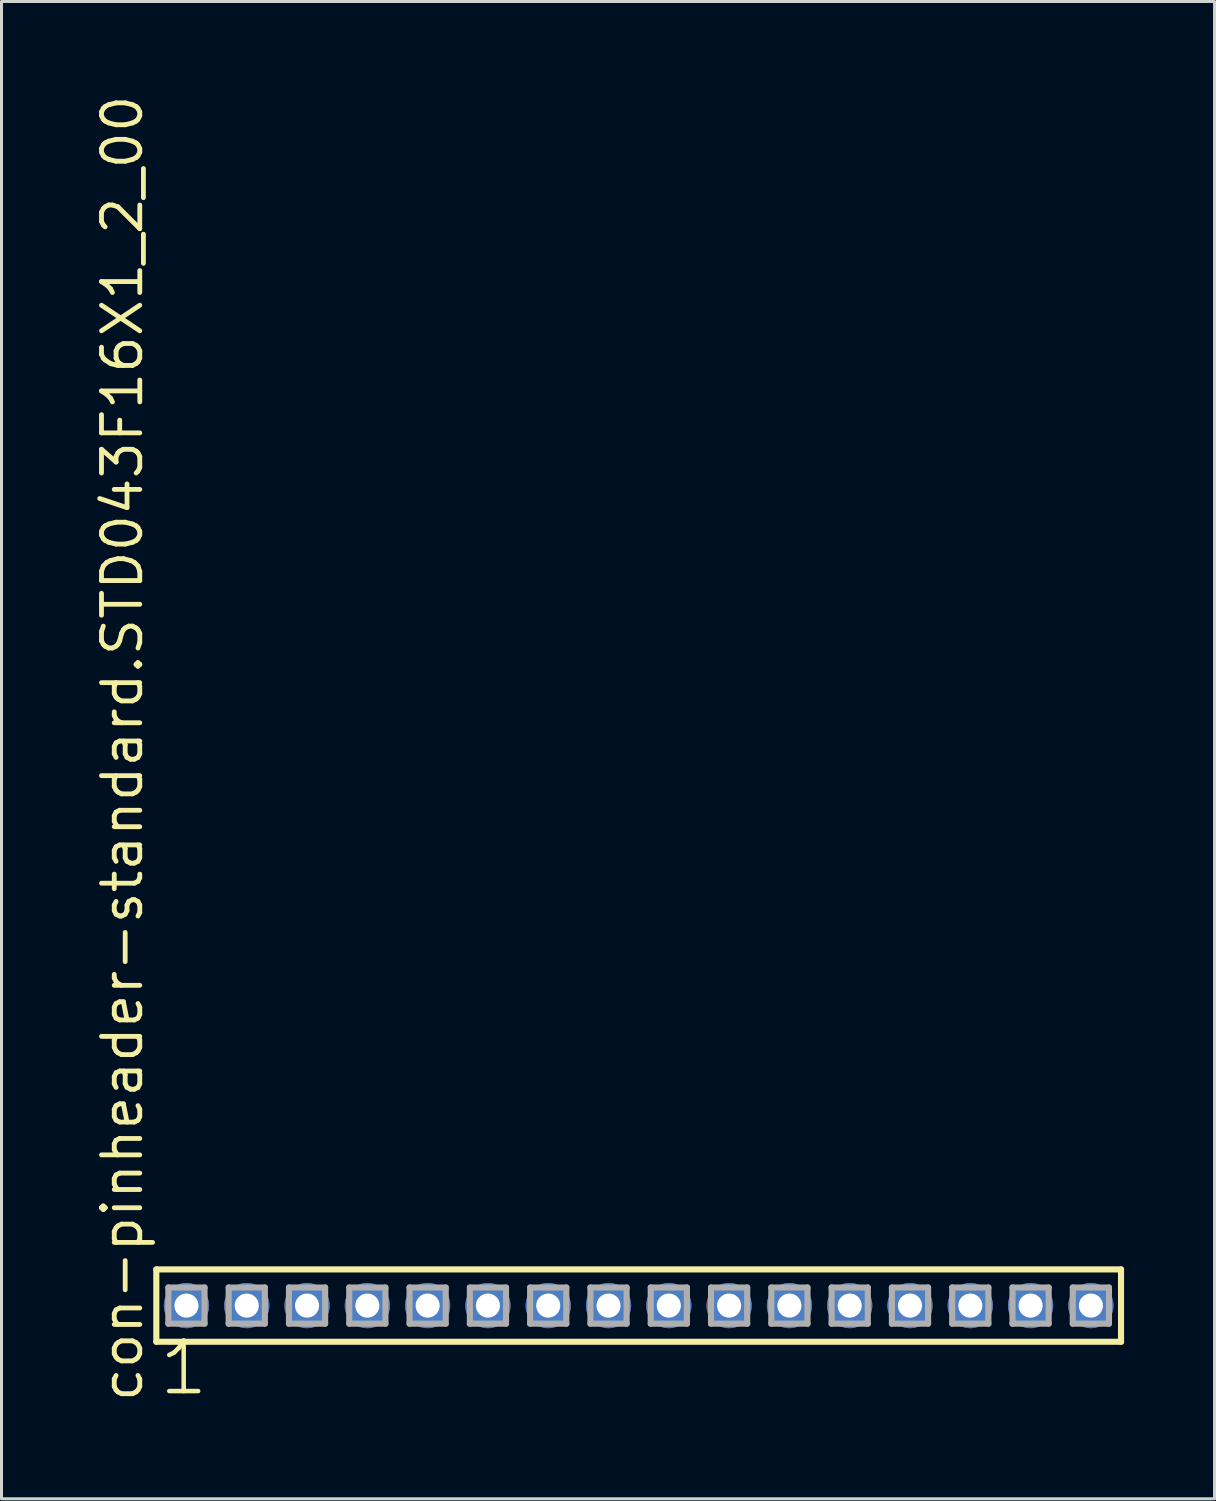
<source format=kicad_pcb>
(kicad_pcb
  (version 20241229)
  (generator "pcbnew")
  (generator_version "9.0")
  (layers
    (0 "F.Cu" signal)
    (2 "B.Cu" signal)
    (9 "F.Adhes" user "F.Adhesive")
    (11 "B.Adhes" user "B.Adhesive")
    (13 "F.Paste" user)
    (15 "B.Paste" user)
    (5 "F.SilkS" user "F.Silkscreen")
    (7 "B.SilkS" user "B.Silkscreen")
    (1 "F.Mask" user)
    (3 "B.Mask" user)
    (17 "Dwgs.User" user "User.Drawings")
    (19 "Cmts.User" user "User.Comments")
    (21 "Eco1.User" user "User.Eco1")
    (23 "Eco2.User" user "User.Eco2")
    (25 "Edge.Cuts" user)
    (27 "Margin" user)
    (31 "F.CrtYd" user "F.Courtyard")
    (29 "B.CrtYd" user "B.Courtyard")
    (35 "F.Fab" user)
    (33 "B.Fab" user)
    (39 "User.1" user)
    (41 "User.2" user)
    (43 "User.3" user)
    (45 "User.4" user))
  (footprint "con-pinheader-standard.STD043F16X1_2_00"
    (layer "F.Cu")
    (at 18.135 40.257)
    (property "Reference" "con-pinheader-standard.STD043F16X1_2_00" (at -16.385 3.27 90) (layer "F.SilkS") (effects (font (size 1.27 1.27) (thickness 0.16)) (justify left bottom)))
    (attr through_hole)
    (fp_line (start -16 -1.2) (end 16 -1.2) (stroke (width 0.203) (type default)) (layer "F.SilkS"))
    (fp_line (start -16 1.2) (end -16 -1.2) (stroke (width 0.203) (type default)) (layer "F.SilkS"))
    (fp_line (start 16 -1.2) (end 16 1.2) (stroke (width 0.203) (type default)) (layer "F.SilkS"))
    (fp_line (start 16 1.2) (end -16 1.2) (stroke (width 0.203) (type default)) (layer "F.SilkS"))
    (fp_line (start -15.6 -0.6) (end -14.4 -0.6) (stroke (width 0.203) (type default)) (layer "F.Fab"))
    (fp_line (start -15.6 0.6) (end -15.6 -0.6) (stroke (width 0.203) (type default)) (layer "F.Fab"))
    (fp_line (start -14.4 -0.6) (end -14.4 0.6) (stroke (width 0.203) (type default)) (layer "F.Fab"))
    (fp_line (start -14.4 0.6) (end -15.6 0.6) (stroke (width 0.203) (type default)) (layer "F.Fab"))
    (fp_line (start -13.6 -0.6) (end -12.4 -0.6) (stroke (width 0.203) (type default)) (layer "F.Fab"))
    (fp_line (start -13.6 0.6) (end -13.6 -0.6) (stroke (width 0.203) (type default)) (layer "F.Fab"))
    (fp_line (start -12.4 -0.6) (end -12.4 0.6) (stroke (width 0.203) (type default)) (layer "F.Fab"))
    (fp_line (start -12.4 0.6) (end -13.6 0.6) (stroke (width 0.203) (type default)) (layer "F.Fab"))
    (fp_line (start -11.6 -0.6) (end -10.4 -0.6) (stroke (width 0.203) (type default)) (layer "F.Fab"))
    (fp_line (start -11.6 0.6) (end -11.6 -0.6) (stroke (width 0.203) (type default)) (layer "F.Fab"))
    (fp_line (start -10.4 -0.6) (end -10.4 0.6) (stroke (width 0.203) (type default)) (layer "F.Fab"))
    (fp_line (start -10.4 0.6) (end -11.6 0.6) (stroke (width 0.203) (type default)) (layer "F.Fab"))
    (fp_line (start -9.6 -0.6) (end -8.4 -0.6) (stroke (width 0.203) (type default)) (layer "F.Fab"))
    (fp_line (start -9.6 0.6) (end -9.6 -0.6) (stroke (width 0.203) (type default)) (layer "F.Fab"))
    (fp_line (start -8.4 -0.6) (end -8.4 0.6) (stroke (width 0.203) (type default)) (layer "F.Fab"))
    (fp_line (start -8.4 0.6) (end -9.6 0.6) (stroke (width 0.203) (type default)) (layer "F.Fab"))
    (fp_line (start -7.6 -0.6) (end -6.4 -0.6) (stroke (width 0.203) (type default)) (layer "F.Fab"))
    (fp_line (start -7.6 0.6) (end -7.6 -0.6) (stroke (width 0.203) (type default)) (layer "F.Fab"))
    (fp_line (start -6.4 -0.6) (end -6.4 0.6) (stroke (width 0.203) (type default)) (layer "F.Fab"))
    (fp_line (start -6.4 0.6) (end -7.6 0.6) (stroke (width 0.203) (type default)) (layer "F.Fab"))
    (fp_line (start -5.6 -0.6) (end -4.4 -0.6) (stroke (width 0.203) (type default)) (layer "F.Fab"))
    (fp_line (start -5.6 0.6) (end -5.6 -0.6) (stroke (width 0.203) (type default)) (layer "F.Fab"))
    (fp_line (start -4.4 -0.6) (end -4.4 0.6) (stroke (width 0.203) (type default)) (layer "F.Fab"))
    (fp_line (start -4.4 0.6) (end -5.6 0.6) (stroke (width 0.203) (type default)) (layer "F.Fab"))
    (fp_line (start -3.6 -0.6) (end -2.4 -0.6) (stroke (width 0.203) (type default)) (layer "F.Fab"))
    (fp_line (start -3.6 0.6) (end -3.6 -0.6) (stroke (width 0.203) (type default)) (layer "F.Fab"))
    (fp_line (start -2.4 -0.6) (end -2.4 0.6) (stroke (width 0.203) (type default)) (layer "F.Fab"))
    (fp_line (start -2.4 0.6) (end -3.6 0.6) (stroke (width 0.203) (type default)) (layer "F.Fab"))
    (fp_line (start -1.6 -0.6) (end -0.4 -0.6) (stroke (width 0.203) (type default)) (layer "F.Fab"))
    (fp_line (start -1.6 0.6) (end -1.6 -0.6) (stroke (width 0.203) (type default)) (layer "F.Fab"))
    (fp_line (start -0.4 -0.6) (end -0.4 0.6) (stroke (width 0.203) (type default)) (layer "F.Fab"))
    (fp_line (start -0.4 0.6) (end -1.6 0.6) (stroke (width 0.203) (type default)) (layer "F.Fab"))
    (fp_line (start 0.4 -0.6) (end 1.6 -0.6) (stroke (width 0.203) (type default)) (layer "F.Fab"))
    (fp_line (start 0.4 0.6) (end 0.4 -0.6) (stroke (width 0.203) (type default)) (layer "F.Fab"))
    (fp_line (start 1.6 -0.6) (end 1.6 0.6) (stroke (width 0.203) (type default)) (layer "F.Fab"))
    (fp_line (start 1.6 0.6) (end 0.4 0.6) (stroke (width 0.203) (type default)) (layer "F.Fab"))
    (fp_line (start 2.4 -0.6) (end 3.6 -0.6) (stroke (width 0.203) (type default)) (layer "F.Fab"))
    (fp_line (start 2.4 0.6) (end 2.4 -0.6) (stroke (width 0.203) (type default)) (layer "F.Fab"))
    (fp_line (start 3.6 -0.6) (end 3.6 0.6) (stroke (width 0.203) (type default)) (layer "F.Fab"))
    (fp_line (start 3.6 0.6) (end 2.4 0.6) (stroke (width 0.203) (type default)) (layer "F.Fab"))
    (fp_line (start 4.4 -0.6) (end 5.6 -0.6) (stroke (width 0.203) (type default)) (layer "F.Fab"))
    (fp_line (start 4.4 0.6) (end 4.4 -0.6) (stroke (width 0.203) (type default)) (layer "F.Fab"))
    (fp_line (start 5.6 -0.6) (end 5.6 0.6) (stroke (width 0.203) (type default)) (layer "F.Fab"))
    (fp_line (start 5.6 0.6) (end 4.4 0.6) (stroke (width 0.203) (type default)) (layer "F.Fab"))
    (fp_line (start 6.4 -0.6) (end 7.6 -0.6) (stroke (width 0.203) (type default)) (layer "F.Fab"))
    (fp_line (start 6.4 0.6) (end 6.4 -0.6) (stroke (width 0.203) (type default)) (layer "F.Fab"))
    (fp_line (start 7.6 -0.6) (end 7.6 0.6) (stroke (width 0.203) (type default)) (layer "F.Fab"))
    (fp_line (start 7.6 0.6) (end 6.4 0.6) (stroke (width 0.203) (type default)) (layer "F.Fab"))
    (fp_line (start 8.4 -0.6) (end 9.6 -0.6) (stroke (width 0.203) (type default)) (layer "F.Fab"))
    (fp_line (start 8.4 0.6) (end 8.4 -0.6) (stroke (width 0.203) (type default)) (layer "F.Fab"))
    (fp_line (start 9.6 -0.6) (end 9.6 0.6) (stroke (width 0.203) (type default)) (layer "F.Fab"))
    (fp_line (start 9.6 0.6) (end 8.4 0.6) (stroke (width 0.203) (type default)) (layer "F.Fab"))
    (fp_line (start 10.4 -0.6) (end 11.6 -0.6) (stroke (width 0.203) (type default)) (layer "F.Fab"))
    (fp_line (start 10.4 0.6) (end 10.4 -0.6) (stroke (width 0.203) (type default)) (layer "F.Fab"))
    (fp_line (start 11.6 -0.6) (end 11.6 0.6) (stroke (width 0.203) (type default)) (layer "F.Fab"))
    (fp_line (start 11.6 0.6) (end 10.4 0.6) (stroke (width 0.203) (type default)) (layer "F.Fab"))
    (fp_line (start 12.4 -0.6) (end 13.6 -0.6) (stroke (width 0.203) (type default)) (layer "F.Fab"))
    (fp_line (start 12.4 0.6) (end 12.4 -0.6) (stroke (width 0.203) (type default)) (layer "F.Fab"))
    (fp_line (start 13.6 -0.6) (end 13.6 0.6) (stroke (width 0.203) (type default)) (layer "F.Fab"))
    (fp_line (start 13.6 0.6) (end 12.4 0.6) (stroke (width 0.203) (type default)) (layer "F.Fab"))
    (fp_line (start 14.4 -0.6) (end 15.6 -0.6) (stroke (width 0.203) (type default)) (layer "F.Fab"))
    (fp_line (start 14.4 0.6) (end 14.4 -0.6) (stroke (width 0.203) (type default)) (layer "F.Fab"))
    (fp_line (start 15.6 -0.6) (end 15.6 0.6) (stroke (width 0.203) (type default)) (layer "F.Fab"))
    (fp_line (start 15.6 0.6) (end 14.4 0.6) (stroke (width 0.203) (type default)) (layer "F.Fab"))
    (fp_text user "1" (at -15.988 3.048 0) (layer "F.SilkS") (effects (font (size 1.676 1.676) (thickness 0.15)) (justify left bottom)))
    (pad "1" thru_hole circle (at -15 0) (size 1.5 1.5) (drill 0.8) (layers "*.Cu" "*.Mask"))
    (pad "2" thru_hole circle (at -13 0) (size 1.5 1.5) (drill 0.8) (layers "*.Cu" "*.Mask"))
    (pad "3" thru_hole circle (at -11 0) (size 1.5 1.5) (drill 0.8) (layers "*.Cu" "*.Mask"))
    (pad "4" thru_hole circle (at -9 0) (size 1.5 1.5) (drill 0.8) (layers "*.Cu" "*.Mask"))
    (pad "5" thru_hole circle (at -7 0) (size 1.5 1.5) (drill 0.8) (layers "*.Cu" "*.Mask"))
    (pad "6" thru_hole circle (at -5 0) (size 1.5 1.5) (drill 0.8) (layers "*.Cu" "*.Mask"))
    (pad "7" thru_hole circle (at -3 0) (size 1.5 1.5) (drill 0.8) (layers "*.Cu" "*.Mask"))
    (pad "8" thru_hole circle (at -1 0) (size 1.5 1.5) (drill 0.8) (layers "*.Cu" "*.Mask"))
    (pad "9" thru_hole circle (at 1 0) (size 1.5 1.5) (drill 0.8) (layers "*.Cu" "*.Mask"))
    (pad "10" thru_hole circle (at 3 0) (size 1.5 1.5) (drill 0.8) (layers "*.Cu" "*.Mask"))
    (pad "11" thru_hole circle (at 5 0) (size 1.5 1.5) (drill 0.8) (layers "*.Cu" "*.Mask"))
    (pad "12" thru_hole circle (at 7 0) (size 1.5 1.5) (drill 0.8) (layers "*.Cu" "*.Mask"))
    (pad "13" thru_hole circle (at 9 0) (size 1.5 1.5) (drill 0.8) (layers "*.Cu" "*.Mask"))
    (pad "14" thru_hole circle (at 11 0) (size 1.5 1.5) (drill 0.8) (layers "*.Cu" "*.Mask"))
    (pad "15" thru_hole circle (at 13 0) (size 1.5 1.5) (drill 0.8) (layers "*.Cu" "*.Mask"))
    (pad "16" thru_hole circle (at 15 0) (size 1.5 1.5) (drill 0.8) (layers "*.Cu" "*.Mask")))
  (gr_rect
    (start -3 -3)
    (end 37.237 46.666)
    (stroke (width 0.1) (type default))
    (fill no)
    (layer "Edge.Cuts")))
</source>
